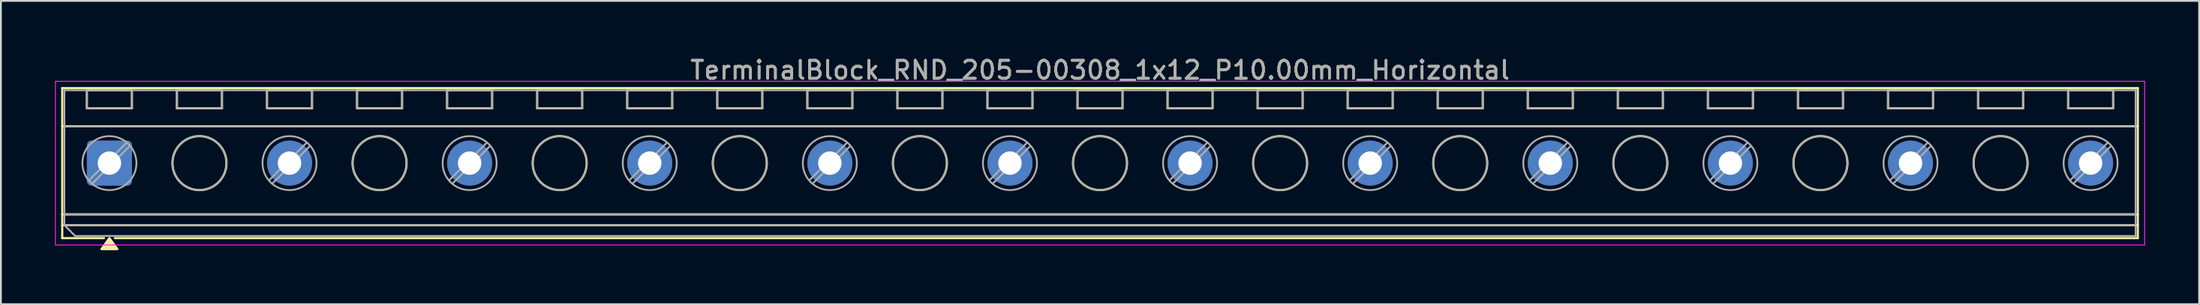
<source format=kicad_pcb>
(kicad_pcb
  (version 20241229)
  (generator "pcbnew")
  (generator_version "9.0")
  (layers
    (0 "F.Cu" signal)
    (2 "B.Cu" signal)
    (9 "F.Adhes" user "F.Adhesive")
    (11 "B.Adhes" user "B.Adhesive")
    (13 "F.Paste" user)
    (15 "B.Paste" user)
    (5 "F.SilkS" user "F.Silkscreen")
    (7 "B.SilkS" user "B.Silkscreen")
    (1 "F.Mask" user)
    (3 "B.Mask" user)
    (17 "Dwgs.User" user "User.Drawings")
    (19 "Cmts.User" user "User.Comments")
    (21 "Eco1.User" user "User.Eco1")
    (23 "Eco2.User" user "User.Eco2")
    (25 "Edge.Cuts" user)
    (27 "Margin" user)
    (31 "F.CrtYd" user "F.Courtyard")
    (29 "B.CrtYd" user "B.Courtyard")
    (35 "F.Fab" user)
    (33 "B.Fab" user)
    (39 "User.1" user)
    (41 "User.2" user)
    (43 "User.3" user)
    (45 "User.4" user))
  (footprint "TerminalBlock_RND_205-00308_1x12_P10.00mm_Horizontal"
    (layer "F.Cu")
    (at 3.025 6.018)
    (property "Reference" "TerminalBlock_RND_205-00308_1x12_P10.00mm_Horizontal" (at 55 -5.17 0) (layer "F.SilkS") (effects (font (size 1 1) (thickness 0.15))))
    (attr through_hole)
    (fp_line (start -2.62 -4.17) (end -2.62 4.17) (stroke (width 0.12) (type solid)) (layer "F.SilkS"))
    (fp_line (start -2.62 -4.17) (end 112.62 -4.17) (stroke (width 0.12) (type solid)) (layer "F.SilkS"))
    (fp_line (start -2.62 -2.05) (end 112.62 -2.05) (stroke (width 0.12) (type solid)) (layer "F.SilkS"))
    (fp_line (start -2.62 2.85) (end 112.62 2.85) (stroke (width 0.12) (type solid)) (layer "F.SilkS"))
    (fp_line (start -2.62 3.45) (end 112.62 3.45) (stroke (width 0.12) (type solid)) (layer "F.SilkS"))
    (fp_line (start -2.62 4.17) (end -0.3 4.17) (stroke (width 0.12) (type solid)) (layer "F.SilkS"))
    (fp_line (start -1.25 -4.05) (end -1.25 -3.05) (stroke (width 0.12) (type solid)) (layer "F.SilkS"))
    (fp_line (start -1.25 -4.05) (end 1.25 -4.05) (stroke (width 0.12) (type solid)) (layer "F.SilkS"))
    (fp_line (start -1.25 -3.05) (end 1.25 -3.05) (stroke (width 0.12) (type solid)) (layer "F.SilkS"))
    (fp_line (start 0.3 4.17) (end 112.62 4.17) (stroke (width 0.12) (type solid)) (layer "F.SilkS"))
    (fp_line (start 1.25 -4.05) (end 1.25 -3.05) (stroke (width 0.12) (type solid)) (layer "F.SilkS"))
    (fp_line (start 3.75 -4.05) (end 3.75 -3.05) (stroke (width 0.12) (type solid)) (layer "F.SilkS"))
    (fp_line (start 3.75 -4.05) (end 6.25 -4.05) (stroke (width 0.12) (type solid)) (layer "F.SilkS"))
    (fp_line (start 3.75 -3.05) (end 6.25 -3.05) (stroke (width 0.12) (type solid)) (layer "F.SilkS"))
    (fp_line (start 6.25 -4.05) (end 6.25 -3.05) (stroke (width 0.12) (type solid)) (layer "F.SilkS"))
    (fp_line (start 8.75 -4.05) (end 8.75 -3.05) (stroke (width 0.12) (type solid)) (layer "F.SilkS"))
    (fp_line (start 8.75 -4.05) (end 11.25 -4.05) (stroke (width 0.12) (type solid)) (layer "F.SilkS"))
    (fp_line (start 8.75 -3.05) (end 11.25 -3.05) (stroke (width 0.12) (type solid)) (layer "F.SilkS"))
    (fp_line (start 11.25 -4.05) (end 11.25 -3.05) (stroke (width 0.12) (type solid)) (layer "F.SilkS"))
    (fp_line (start 13.75 -4.05) (end 13.75 -3.05) (stroke (width 0.12) (type solid)) (layer "F.SilkS"))
    (fp_line (start 13.75 -4.05) (end 16.25 -4.05) (stroke (width 0.12) (type solid)) (layer "F.SilkS"))
    (fp_line (start 13.75 -3.05) (end 16.25 -3.05) (stroke (width 0.12) (type solid)) (layer "F.SilkS"))
    (fp_line (start 16.25 -4.05) (end 16.25 -3.05) (stroke (width 0.12) (type solid)) (layer "F.SilkS"))
    (fp_line (start 18.75 -4.05) (end 18.75 -3.05) (stroke (width 0.12) (type solid)) (layer "F.SilkS"))
    (fp_line (start 18.75 -4.05) (end 21.25 -4.05) (stroke (width 0.12) (type solid)) (layer "F.SilkS"))
    (fp_line (start 18.75 -3.05) (end 21.25 -3.05) (stroke (width 0.12) (type solid)) (layer "F.SilkS"))
    (fp_line (start 21.25 -4.05) (end 21.25 -3.05) (stroke (width 0.12) (type solid)) (layer "F.SilkS"))
    (fp_line (start 23.75 -4.05) (end 23.75 -3.05) (stroke (width 0.12) (type solid)) (layer "F.SilkS"))
    (fp_line (start 23.75 -4.05) (end 26.25 -4.05) (stroke (width 0.12) (type solid)) (layer "F.SilkS"))
    (fp_line (start 23.75 -3.05) (end 26.25 -3.05) (stroke (width 0.12) (type solid)) (layer "F.SilkS"))
    (fp_line (start 26.25 -4.05) (end 26.25 -3.05) (stroke (width 0.12) (type solid)) (layer "F.SilkS"))
    (fp_line (start 28.75 -4.05) (end 28.75 -3.05) (stroke (width 0.12) (type solid)) (layer "F.SilkS"))
    (fp_line (start 28.75 -4.05) (end 31.25 -4.05) (stroke (width 0.12) (type solid)) (layer "F.SilkS"))
    (fp_line (start 28.75 -3.05) (end 31.25 -3.05) (stroke (width 0.12) (type solid)) (layer "F.SilkS"))
    (fp_line (start 31.25 -4.05) (end 31.25 -3.05) (stroke (width 0.12) (type solid)) (layer "F.SilkS"))
    (fp_line (start 33.75 -4.05) (end 33.75 -3.05) (stroke (width 0.12) (type solid)) (layer "F.SilkS"))
    (fp_line (start 33.75 -4.05) (end 36.25 -4.05) (stroke (width 0.12) (type solid)) (layer "F.SilkS"))
    (fp_line (start 33.75 -3.05) (end 36.25 -3.05) (stroke (width 0.12) (type solid)) (layer "F.SilkS"))
    (fp_line (start 36.25 -4.05) (end 36.25 -3.05) (stroke (width 0.12) (type solid)) (layer "F.SilkS"))
    (fp_line (start 38.75 -4.05) (end 38.75 -3.05) (stroke (width 0.12) (type solid)) (layer "F.SilkS"))
    (fp_line (start 38.75 -4.05) (end 41.25 -4.05) (stroke (width 0.12) (type solid)) (layer "F.SilkS"))
    (fp_line (start 38.75 -3.05) (end 41.25 -3.05) (stroke (width 0.12) (type solid)) (layer "F.SilkS"))
    (fp_line (start 41.25 -4.05) (end 41.25 -3.05) (stroke (width 0.12) (type solid)) (layer "F.SilkS"))
    (fp_line (start 43.75 -4.05) (end 43.75 -3.05) (stroke (width 0.12) (type solid)) (layer "F.SilkS"))
    (fp_line (start 43.75 -4.05) (end 46.25 -4.05) (stroke (width 0.12) (type solid)) (layer "F.SilkS"))
    (fp_line (start 43.75 -3.05) (end 46.25 -3.05) (stroke (width 0.12) (type solid)) (layer "F.SilkS"))
    (fp_line (start 46.25 -4.05) (end 46.25 -3.05) (stroke (width 0.12) (type solid)) (layer "F.SilkS"))
    (fp_line (start 48.75 -4.05) (end 48.75 -3.05) (stroke (width 0.12) (type solid)) (layer "F.SilkS"))
    (fp_line (start 48.75 -4.05) (end 51.25 -4.05) (stroke (width 0.12) (type solid)) (layer "F.SilkS"))
    (fp_line (start 48.75 -3.05) (end 51.25 -3.05) (stroke (width 0.12) (type solid)) (layer "F.SilkS"))
    (fp_line (start 51.25 -4.05) (end 51.25 -3.05) (stroke (width 0.12) (type solid)) (layer "F.SilkS"))
    (fp_line (start 53.75 -4.05) (end 53.75 -3.05) (stroke (width 0.12) (type solid)) (layer "F.SilkS"))
    (fp_line (start 53.75 -4.05) (end 56.25 -4.05) (stroke (width 0.12) (type solid)) (layer "F.SilkS"))
    (fp_line (start 53.75 -3.05) (end 56.25 -3.05) (stroke (width 0.12) (type solid)) (layer "F.SilkS"))
    (fp_line (start 56.25 -4.05) (end 56.25 -3.05) (stroke (width 0.12) (type solid)) (layer "F.SilkS"))
    (fp_line (start 58.75 -4.05) (end 58.75 -3.05) (stroke (width 0.12) (type solid)) (layer "F.SilkS"))
    (fp_line (start 58.75 -4.05) (end 61.25 -4.05) (stroke (width 0.12) (type solid)) (layer "F.SilkS"))
    (fp_line (start 58.75 -3.05) (end 61.25 -3.05) (stroke (width 0.12) (type solid)) (layer "F.SilkS"))
    (fp_line (start 61.25 -4.05) (end 61.25 -3.05) (stroke (width 0.12) (type solid)) (layer "F.SilkS"))
    (fp_line (start 63.75 -4.05) (end 63.75 -3.05) (stroke (width 0.12) (type solid)) (layer "F.SilkS"))
    (fp_line (start 63.75 -4.05) (end 66.25 -4.05) (stroke (width 0.12) (type solid)) (layer "F.SilkS"))
    (fp_line (start 63.75 -3.05) (end 66.25 -3.05) (stroke (width 0.12) (type solid)) (layer "F.SilkS"))
    (fp_line (start 66.25 -4.05) (end 66.25 -3.05) (stroke (width 0.12) (type solid)) (layer "F.SilkS"))
    (fp_line (start 68.75 -4.05) (end 68.75 -3.05) (stroke (width 0.12) (type solid)) (layer "F.SilkS"))
    (fp_line (start 68.75 -4.05) (end 71.25 -4.05) (stroke (width 0.12) (type solid)) (layer "F.SilkS"))
    (fp_line (start 68.75 -3.05) (end 71.25 -3.05) (stroke (width 0.12) (type solid)) (layer "F.SilkS"))
    (fp_line (start 71.25 -4.05) (end 71.25 -3.05) (stroke (width 0.12) (type solid)) (layer "F.SilkS"))
    (fp_line (start 73.75 -4.05) (end 73.75 -3.05) (stroke (width 0.12) (type solid)) (layer "F.SilkS"))
    (fp_line (start 73.75 -4.05) (end 76.25 -4.05) (stroke (width 0.12) (type solid)) (layer "F.SilkS"))
    (fp_line (start 73.75 -3.05) (end 76.25 -3.05) (stroke (width 0.12) (type solid)) (layer "F.SilkS"))
    (fp_line (start 76.25 -4.05) (end 76.25 -3.05) (stroke (width 0.12) (type solid)) (layer "F.SilkS"))
    (fp_line (start 78.75 -4.05) (end 78.75 -3.05) (stroke (width 0.12) (type solid)) (layer "F.SilkS"))
    (fp_line (start 78.75 -4.05) (end 81.25 -4.05) (stroke (width 0.12) (type solid)) (layer "F.SilkS"))
    (fp_line (start 78.75 -3.05) (end 81.25 -3.05) (stroke (width 0.12) (type solid)) (layer "F.SilkS"))
    (fp_line (start 81.25 -4.05) (end 81.25 -3.05) (stroke (width 0.12) (type solid)) (layer "F.SilkS"))
    (fp_line (start 83.75 -4.05) (end 83.75 -3.05) (stroke (width 0.12) (type solid)) (layer "F.SilkS"))
    (fp_line (start 83.75 -4.05) (end 86.25 -4.05) (stroke (width 0.12) (type solid)) (layer "F.SilkS"))
    (fp_line (start 83.75 -3.05) (end 86.25 -3.05) (stroke (width 0.12) (type solid)) (layer "F.SilkS"))
    (fp_line (start 86.25 -4.05) (end 86.25 -3.05) (stroke (width 0.12) (type solid)) (layer "F.SilkS"))
    (fp_line (start 88.75 -4.05) (end 88.75 -3.05) (stroke (width 0.12) (type solid)) (layer "F.SilkS"))
    (fp_line (start 88.75 -4.05) (end 91.25 -4.05) (stroke (width 0.12) (type solid)) (layer "F.SilkS"))
    (fp_line (start 88.75 -3.05) (end 91.25 -3.05) (stroke (width 0.12) (type solid)) (layer "F.SilkS"))
    (fp_line (start 91.25 -4.05) (end 91.25 -3.05) (stroke (width 0.12) (type solid)) (layer "F.SilkS"))
    (fp_line (start 93.75 -4.05) (end 93.75 -3.05) (stroke (width 0.12) (type solid)) (layer "F.SilkS"))
    (fp_line (start 93.75 -4.05) (end 96.25 -4.05) (stroke (width 0.12) (type solid)) (layer "F.SilkS"))
    (fp_line (start 93.75 -3.05) (end 96.25 -3.05) (stroke (width 0.12) (type solid)) (layer "F.SilkS"))
    (fp_line (start 96.25 -4.05) (end 96.25 -3.05) (stroke (width 0.12) (type solid)) (layer "F.SilkS"))
    (fp_line (start 98.75 -4.05) (end 98.75 -3.05) (stroke (width 0.12) (type solid)) (layer "F.SilkS"))
    (fp_line (start 98.75 -4.05) (end 101.25 -4.05) (stroke (width 0.12) (type solid)) (layer "F.SilkS"))
    (fp_line (start 98.75 -3.05) (end 101.25 -3.05) (stroke (width 0.12) (type solid)) (layer "F.SilkS"))
    (fp_line (start 101.25 -4.05) (end 101.25 -3.05) (stroke (width 0.12) (type solid)) (layer "F.SilkS"))
    (fp_line (start 103.75 -4.05) (end 103.75 -3.05) (stroke (width 0.12) (type solid)) (layer "F.SilkS"))
    (fp_line (start 103.75 -4.05) (end 106.25 -4.05) (stroke (width 0.12) (type solid)) (layer "F.SilkS"))
    (fp_line (start 103.75 -3.05) (end 106.25 -3.05) (stroke (width 0.12) (type solid)) (layer "F.SilkS"))
    (fp_line (start 106.25 -4.05) (end 106.25 -3.05) (stroke (width 0.12) (type solid)) (layer "F.SilkS"))
    (fp_line (start 108.75 -4.05) (end 108.75 -3.05) (stroke (width 0.12) (type solid)) (layer "F.SilkS"))
    (fp_line (start 108.75 -4.05) (end 111.25 -4.05) (stroke (width 0.12) (type solid)) (layer "F.SilkS"))
    (fp_line (start 108.75 -3.05) (end 111.25 -3.05) (stroke (width 0.12) (type solid)) (layer "F.SilkS"))
    (fp_line (start 111.25 -4.05) (end 111.25 -3.05) (stroke (width 0.12) (type solid)) (layer "F.SilkS"))
    (fp_line (start 112.62 -4.17) (end 112.62 4.17) (stroke (width 0.12) (type solid)) (layer "F.SilkS"))
    (fp_circle (center 5 0) (end 6.5 0) (stroke (width 0.12) (type solid)) (fill no) (layer "F.SilkS"))
    (fp_circle (center 15 0) (end 16.5 0) (stroke (width 0.12) (type solid)) (fill no) (layer "F.SilkS"))
    (fp_circle (center 25 0) (end 26.5 0) (stroke (width 0.12) (type solid)) (fill no) (layer "F.SilkS"))
    (fp_circle (center 35 0) (end 36.5 0) (stroke (width 0.12) (type solid)) (fill no) (layer "F.SilkS"))
    (fp_circle (center 45 0) (end 46.5 0) (stroke (width 0.12) (type solid)) (fill no) (layer "F.SilkS"))
    (fp_circle (center 55 0) (end 56.5 0) (stroke (width 0.12) (type solid)) (fill no) (layer "F.SilkS"))
    (fp_circle (center 65 0) (end 66.5 0) (stroke (width 0.12) (type solid)) (fill no) (layer "F.SilkS"))
    (fp_circle (center 75 0) (end 76.5 0) (stroke (width 0.12) (type solid)) (fill no) (layer "F.SilkS"))
    (fp_circle (center 85 0) (end 86.5 0) (stroke (width 0.12) (type solid)) (fill no) (layer "F.SilkS"))
    (fp_circle (center 95 0) (end 96.5 0) (stroke (width 0.12) (type solid)) (fill no) (layer "F.SilkS"))
    (fp_circle (center 105 0) (end 106.5 0) (stroke (width 0.12) (type solid)) (fill no) (layer "F.SilkS"))
    (fp_poly (pts (xy 0 4.17) (xy 0.44 4.78) (xy -0.44 4.78)) (stroke (width 0.12) (type solid)) (fill yes) (layer "F.SilkS"))
    (fp_line (start -3 -4.55) (end -3 4.55) (stroke (width 0.05) (type solid)) (layer "F.CrtYd"))
    (fp_line (start -3 4.55) (end 113 4.55) (stroke (width 0.05) (type solid)) (layer "F.CrtYd"))
    (fp_line (start 113 -4.55) (end -3 -4.55) (stroke (width 0.05) (type solid)) (layer "F.CrtYd"))
    (fp_line (start 113 4.55) (end 113 -4.55) (stroke (width 0.05) (type solid)) (layer "F.CrtYd"))
    (fp_line (start -2.5 -4.05) (end 112.5 -4.05) (stroke (width 0.1) (type solid)) (layer "F.Fab"))
    (fp_line (start -2.5 -2.05) (end 112.5 -2.05) (stroke (width 0.1) (type solid)) (layer "F.Fab"))
    (fp_line (start -2.5 2.85) (end 112.5 2.85) (stroke (width 0.1) (type solid)) (layer "F.Fab"))
    (fp_line (start -2.5 3.45) (end -2.5 -4.05) (stroke (width 0.1) (type solid)) (layer "F.Fab"))
    (fp_line (start -2.5 3.45) (end 112.5 3.45) (stroke (width 0.1) (type solid)) (layer "F.Fab"))
    (fp_line (start -1.9 4.05) (end -2.5 3.45) (stroke (width 0.1) (type solid)) (layer "F.Fab"))
    (fp_line (start -1.25 -4.05) (end -1.25 -3.05) (stroke (width 0.1) (type solid)) (layer "F.Fab"))
    (fp_line (start -1.25 -3.05) (end 1.25 -3.05) (stroke (width 0.1) (type solid)) (layer "F.Fab"))
    (fp_line (start 0.955 -1.138) (end -1.138 0.955) (stroke (width 0.1) (type solid)) (layer "F.Fab"))
    (fp_line (start 1.138 -0.955) (end -0.955 1.138) (stroke (width 0.1) (type solid)) (layer "F.Fab"))
    (fp_line (start 1.25 -4.05) (end -1.25 -4.05) (stroke (width 0.1) (type solid)) (layer "F.Fab"))
    (fp_line (start 1.25 -3.05) (end 1.25 -4.05) (stroke (width 0.1) (type solid)) (layer "F.Fab"))
    (fp_line (start 3.75 -4.05) (end 3.75 -3.05) (stroke (width 0.1) (type solid)) (layer "F.Fab"))
    (fp_line (start 3.75 -3.05) (end 6.25 -3.05) (stroke (width 0.1) (type solid)) (layer "F.Fab"))
    (fp_line (start 6.25 -4.05) (end 3.75 -4.05) (stroke (width 0.1) (type solid)) (layer "F.Fab"))
    (fp_line (start 6.25 -3.05) (end 6.25 -4.05) (stroke (width 0.1) (type solid)) (layer "F.Fab"))
    (fp_line (start 8.75 -4.05) (end 8.75 -3.05) (stroke (width 0.1) (type solid)) (layer "F.Fab"))
    (fp_line (start 8.75 -3.05) (end 11.25 -3.05) (stroke (width 0.1) (type solid)) (layer "F.Fab"))
    (fp_line (start 10.955 -1.138) (end 8.862 0.955) (stroke (width 0.1) (type solid)) (layer "F.Fab"))
    (fp_line (start 11.138 -0.955) (end 9.045 1.138) (stroke (width 0.1) (type solid)) (layer "F.Fab"))
    (fp_line (start 11.25 -4.05) (end 8.75 -4.05) (stroke (width 0.1) (type solid)) (layer "F.Fab"))
    (fp_line (start 11.25 -3.05) (end 11.25 -4.05) (stroke (width 0.1) (type solid)) (layer "F.Fab"))
    (fp_line (start 13.75 -4.05) (end 13.75 -3.05) (stroke (width 0.1) (type solid)) (layer "F.Fab"))
    (fp_line (start 13.75 -3.05) (end 16.25 -3.05) (stroke (width 0.1) (type solid)) (layer "F.Fab"))
    (fp_line (start 16.25 -4.05) (end 13.75 -4.05) (stroke (width 0.1) (type solid)) (layer "F.Fab"))
    (fp_line (start 16.25 -3.05) (end 16.25 -4.05) (stroke (width 0.1) (type solid)) (layer "F.Fab"))
    (fp_line (start 18.75 -4.05) (end 18.75 -3.05) (stroke (width 0.1) (type solid)) (layer "F.Fab"))
    (fp_line (start 18.75 -3.05) (end 21.25 -3.05) (stroke (width 0.1) (type solid)) (layer "F.Fab"))
    (fp_line (start 20.955 -1.138) (end 18.862 0.955) (stroke (width 0.1) (type solid)) (layer "F.Fab"))
    (fp_line (start 21.138 -0.955) (end 19.045 1.138) (stroke (width 0.1) (type solid)) (layer "F.Fab"))
    (fp_line (start 21.25 -4.05) (end 18.75 -4.05) (stroke (width 0.1) (type solid)) (layer "F.Fab"))
    (fp_line (start 21.25 -3.05) (end 21.25 -4.05) (stroke (width 0.1) (type solid)) (layer "F.Fab"))
    (fp_line (start 23.75 -4.05) (end 23.75 -3.05) (stroke (width 0.1) (type solid)) (layer "F.Fab"))
    (fp_line (start 23.75 -3.05) (end 26.25 -3.05) (stroke (width 0.1) (type solid)) (layer "F.Fab"))
    (fp_line (start 26.25 -4.05) (end 23.75 -4.05) (stroke (width 0.1) (type solid)) (layer "F.Fab"))
    (fp_line (start 26.25 -3.05) (end 26.25 -4.05) (stroke (width 0.1) (type solid)) (layer "F.Fab"))
    (fp_line (start 28.75 -4.05) (end 28.75 -3.05) (stroke (width 0.1) (type solid)) (layer "F.Fab"))
    (fp_line (start 28.75 -3.05) (end 31.25 -3.05) (stroke (width 0.1) (type solid)) (layer "F.Fab"))
    (fp_line (start 30.955 -1.138) (end 28.862 0.955) (stroke (width 0.1) (type solid)) (layer "F.Fab"))
    (fp_line (start 31.138 -0.955) (end 29.045 1.138) (stroke (width 0.1) (type solid)) (layer "F.Fab"))
    (fp_line (start 31.25 -4.05) (end 28.75 -4.05) (stroke (width 0.1) (type solid)) (layer "F.Fab"))
    (fp_line (start 31.25 -3.05) (end 31.25 -4.05) (stroke (width 0.1) (type solid)) (layer "F.Fab"))
    (fp_line (start 33.75 -4.05) (end 33.75 -3.05) (stroke (width 0.1) (type solid)) (layer "F.Fab"))
    (fp_line (start 33.75 -3.05) (end 36.25 -3.05) (stroke (width 0.1) (type solid)) (layer "F.Fab"))
    (fp_line (start 36.25 -4.05) (end 33.75 -4.05) (stroke (width 0.1) (type solid)) (layer "F.Fab"))
    (fp_line (start 36.25 -3.05) (end 36.25 -4.05) (stroke (width 0.1) (type solid)) (layer "F.Fab"))
    (fp_line (start 38.75 -4.05) (end 38.75 -3.05) (stroke (width 0.1) (type solid)) (layer "F.Fab"))
    (fp_line (start 38.75 -3.05) (end 41.25 -3.05) (stroke (width 0.1) (type solid)) (layer "F.Fab"))
    (fp_line (start 40.955 -1.138) (end 38.862 0.955) (stroke (width 0.1) (type solid)) (layer "F.Fab"))
    (fp_line (start 41.138 -0.955) (end 39.045 1.138) (stroke (width 0.1) (type solid)) (layer "F.Fab"))
    (fp_line (start 41.25 -4.05) (end 38.75 -4.05) (stroke (width 0.1) (type solid)) (layer "F.Fab"))
    (fp_line (start 41.25 -3.05) (end 41.25 -4.05) (stroke (width 0.1) (type solid)) (layer "F.Fab"))
    (fp_line (start 43.75 -4.05) (end 43.75 -3.05) (stroke (width 0.1) (type solid)) (layer "F.Fab"))
    (fp_line (start 43.75 -3.05) (end 46.25 -3.05) (stroke (width 0.1) (type solid)) (layer "F.Fab"))
    (fp_line (start 46.25 -4.05) (end 43.75 -4.05) (stroke (width 0.1) (type solid)) (layer "F.Fab"))
    (fp_line (start 46.25 -3.05) (end 46.25 -4.05) (stroke (width 0.1) (type solid)) (layer "F.Fab"))
    (fp_line (start 48.75 -4.05) (end 48.75 -3.05) (stroke (width 0.1) (type solid)) (layer "F.Fab"))
    (fp_line (start 48.75 -3.05) (end 51.25 -3.05) (stroke (width 0.1) (type solid)) (layer "F.Fab"))
    (fp_line (start 50.955 -1.138) (end 48.862 0.955) (stroke (width 0.1) (type solid)) (layer "F.Fab"))
    (fp_line (start 51.138 -0.955) (end 49.045 1.138) (stroke (width 0.1) (type solid)) (layer "F.Fab"))
    (fp_line (start 51.25 -4.05) (end 48.75 -4.05) (stroke (width 0.1) (type solid)) (layer "F.Fab"))
    (fp_line (start 51.25 -3.05) (end 51.25 -4.05) (stroke (width 0.1) (type solid)) (layer "F.Fab"))
    (fp_line (start 53.75 -4.05) (end 53.75 -3.05) (stroke (width 0.1) (type solid)) (layer "F.Fab"))
    (fp_line (start 53.75 -3.05) (end 56.25 -3.05) (stroke (width 0.1) (type solid)) (layer "F.Fab"))
    (fp_line (start 56.25 -4.05) (end 53.75 -4.05) (stroke (width 0.1) (type solid)) (layer "F.Fab"))
    (fp_line (start 56.25 -3.05) (end 56.25 -4.05) (stroke (width 0.1) (type solid)) (layer "F.Fab"))
    (fp_line (start 58.75 -4.05) (end 58.75 -3.05) (stroke (width 0.1) (type solid)) (layer "F.Fab"))
    (fp_line (start 58.75 -3.05) (end 61.25 -3.05) (stroke (width 0.1) (type solid)) (layer "F.Fab"))
    (fp_line (start 60.955 -1.138) (end 58.862 0.955) (stroke (width 0.1) (type solid)) (layer "F.Fab"))
    (fp_line (start 61.138 -0.955) (end 59.045 1.138) (stroke (width 0.1) (type solid)) (layer "F.Fab"))
    (fp_line (start 61.25 -4.05) (end 58.75 -4.05) (stroke (width 0.1) (type solid)) (layer "F.Fab"))
    (fp_line (start 61.25 -3.05) (end 61.25 -4.05) (stroke (width 0.1) (type solid)) (layer "F.Fab"))
    (fp_line (start 63.75 -4.05) (end 63.75 -3.05) (stroke (width 0.1) (type solid)) (layer "F.Fab"))
    (fp_line (start 63.75 -3.05) (end 66.25 -3.05) (stroke (width 0.1) (type solid)) (layer "F.Fab"))
    (fp_line (start 66.25 -4.05) (end 63.75 -4.05) (stroke (width 0.1) (type solid)) (layer "F.Fab"))
    (fp_line (start 66.25 -3.05) (end 66.25 -4.05) (stroke (width 0.1) (type solid)) (layer "F.Fab"))
    (fp_line (start 68.75 -4.05) (end 68.75 -3.05) (stroke (width 0.1) (type solid)) (layer "F.Fab"))
    (fp_line (start 68.75 -3.05) (end 71.25 -3.05) (stroke (width 0.1) (type solid)) (layer "F.Fab"))
    (fp_line (start 70.955 -1.138) (end 68.862 0.955) (stroke (width 0.1) (type solid)) (layer "F.Fab"))
    (fp_line (start 71.138 -0.955) (end 69.045 1.138) (stroke (width 0.1) (type solid)) (layer "F.Fab"))
    (fp_line (start 71.25 -4.05) (end 68.75 -4.05) (stroke (width 0.1) (type solid)) (layer "F.Fab"))
    (fp_line (start 71.25 -3.05) (end 71.25 -4.05) (stroke (width 0.1) (type solid)) (layer "F.Fab"))
    (fp_line (start 73.75 -4.05) (end 73.75 -3.05) (stroke (width 0.1) (type solid)) (layer "F.Fab"))
    (fp_line (start 73.75 -3.05) (end 76.25 -3.05) (stroke (width 0.1) (type solid)) (layer "F.Fab"))
    (fp_line (start 76.25 -4.05) (end 73.75 -4.05) (stroke (width 0.1) (type solid)) (layer "F.Fab"))
    (fp_line (start 76.25 -3.05) (end 76.25 -4.05) (stroke (width 0.1) (type solid)) (layer "F.Fab"))
    (fp_line (start 78.75 -4.05) (end 78.75 -3.05) (stroke (width 0.1) (type solid)) (layer "F.Fab"))
    (fp_line (start 78.75 -3.05) (end 81.25 -3.05) (stroke (width 0.1) (type solid)) (layer "F.Fab"))
    (fp_line (start 80.955 -1.138) (end 78.862 0.955) (stroke (width 0.1) (type solid)) (layer "F.Fab"))
    (fp_line (start 81.138 -0.955) (end 79.045 1.138) (stroke (width 0.1) (type solid)) (layer "F.Fab"))
    (fp_line (start 81.25 -4.05) (end 78.75 -4.05) (stroke (width 0.1) (type solid)) (layer "F.Fab"))
    (fp_line (start 81.25 -3.05) (end 81.25 -4.05) (stroke (width 0.1) (type solid)) (layer "F.Fab"))
    (fp_line (start 83.75 -4.05) (end 83.75 -3.05) (stroke (width 0.1) (type solid)) (layer "F.Fab"))
    (fp_line (start 83.75 -3.05) (end 86.25 -3.05) (stroke (width 0.1) (type solid)) (layer "F.Fab"))
    (fp_line (start 86.25 -4.05) (end 83.75 -4.05) (stroke (width 0.1) (type solid)) (layer "F.Fab"))
    (fp_line (start 86.25 -3.05) (end 86.25 -4.05) (stroke (width 0.1) (type solid)) (layer "F.Fab"))
    (fp_line (start 88.75 -4.05) (end 88.75 -3.05) (stroke (width 0.1) (type solid)) (layer "F.Fab"))
    (fp_line (start 88.75 -3.05) (end 91.25 -3.05) (stroke (width 0.1) (type solid)) (layer "F.Fab"))
    (fp_line (start 90.955 -1.138) (end 88.862 0.955) (stroke (width 0.1) (type solid)) (layer "F.Fab"))
    (fp_line (start 91.138 -0.955) (end 89.045 1.138) (stroke (width 0.1) (type solid)) (layer "F.Fab"))
    (fp_line (start 91.25 -4.05) (end 88.75 -4.05) (stroke (width 0.1) (type solid)) (layer "F.Fab"))
    (fp_line (start 91.25 -3.05) (end 91.25 -4.05) (stroke (width 0.1) (type solid)) (layer "F.Fab"))
    (fp_line (start 93.75 -4.05) (end 93.75 -3.05) (stroke (width 0.1) (type solid)) (layer "F.Fab"))
    (fp_line (start 93.75 -3.05) (end 96.25 -3.05) (stroke (width 0.1) (type solid)) (layer "F.Fab"))
    (fp_line (start 96.25 -4.05) (end 93.75 -4.05) (stroke (width 0.1) (type solid)) (layer "F.Fab"))
    (fp_line (start 96.25 -3.05) (end 96.25 -4.05) (stroke (width 0.1) (type solid)) (layer "F.Fab"))
    (fp_line (start 98.75 -4.05) (end 98.75 -3.05) (stroke (width 0.1) (type solid)) (layer "F.Fab"))
    (fp_line (start 98.75 -3.05) (end 101.25 -3.05) (stroke (width 0.1) (type solid)) (layer "F.Fab"))
    (fp_line (start 100.955 -1.138) (end 98.862 0.955) (stroke (width 0.1) (type solid)) (layer "F.Fab"))
    (fp_line (start 101.138 -0.955) (end 99.045 1.138) (stroke (width 0.1) (type solid)) (layer "F.Fab"))
    (fp_line (start 101.25 -4.05) (end 98.75 -4.05) (stroke (width 0.1) (type solid)) (layer "F.Fab"))
    (fp_line (start 101.25 -3.05) (end 101.25 -4.05) (stroke (width 0.1) (type solid)) (layer "F.Fab"))
    (fp_line (start 103.75 -4.05) (end 103.75 -3.05) (stroke (width 0.1) (type solid)) (layer "F.Fab"))
    (fp_line (start 103.75 -3.05) (end 106.25 -3.05) (stroke (width 0.1) (type solid)) (layer "F.Fab"))
    (fp_line (start 106.25 -4.05) (end 103.75 -4.05) (stroke (width 0.1) (type solid)) (layer "F.Fab"))
    (fp_line (start 106.25 -3.05) (end 106.25 -4.05) (stroke (width 0.1) (type solid)) (layer "F.Fab"))
    (fp_line (start 108.75 -4.05) (end 108.75 -3.05) (stroke (width 0.1) (type solid)) (layer "F.Fab"))
    (fp_line (start 108.75 -3.05) (end 111.25 -3.05) (stroke (width 0.1) (type solid)) (layer "F.Fab"))
    (fp_line (start 110.955 -1.138) (end 108.862 0.955) (stroke (width 0.1) (type solid)) (layer "F.Fab"))
    (fp_line (start 111.138 -0.955) (end 109.045 1.138) (stroke (width 0.1) (type solid)) (layer "F.Fab"))
    (fp_line (start 111.25 -4.05) (end 108.75 -4.05) (stroke (width 0.1) (type solid)) (layer "F.Fab"))
    (fp_line (start 111.25 -3.05) (end 111.25 -4.05) (stroke (width 0.1) (type solid)) (layer "F.Fab"))
    (fp_line (start 112.5 -4.05) (end 112.5 4.05) (stroke (width 0.1) (type solid)) (layer "F.Fab"))
    (fp_line (start 112.5 4.05) (end -1.9 4.05) (stroke (width 0.1) (type solid)) (layer "F.Fab"))
    (fp_circle (center 0 0) (end 1.5 0) (stroke (width 0.1) (type solid)) (fill no) (layer "F.Fab"))
    (fp_circle (center 5 0) (end 6.5 0) (stroke (width 0.1) (type solid)) (fill no) (layer "F.Fab"))
    (fp_circle (center 10 0) (end 11.5 0) (stroke (width 0.1) (type solid)) (fill no) (layer "F.Fab"))
    (fp_circle (center 15 0) (end 16.5 0) (stroke (width 0.1) (type solid)) (fill no) (layer "F.Fab"))
    (fp_circle (center 20 0) (end 21.5 0) (stroke (width 0.1) (type solid)) (fill no) (layer "F.Fab"))
    (fp_circle (center 25 0) (end 26.5 0) (stroke (width 0.1) (type solid)) (fill no) (layer "F.Fab"))
    (fp_circle (center 30 0) (end 31.5 0) (stroke (width 0.1) (type solid)) (fill no) (layer "F.Fab"))
    (fp_circle (center 35 0) (end 36.5 0) (stroke (width 0.1) (type solid)) (fill no) (layer "F.Fab"))
    (fp_circle (center 40 0) (end 41.5 0) (stroke (width 0.1) (type solid)) (fill no) (layer "F.Fab"))
    (fp_circle (center 45 0) (end 46.5 0) (stroke (width 0.1) (type solid)) (fill no) (layer "F.Fab"))
    (fp_circle (center 50 0) (end 51.5 0) (stroke (width 0.1) (type solid)) (fill no) (layer "F.Fab"))
    (fp_circle (center 55 0) (end 56.5 0) (stroke (width 0.1) (type solid)) (fill no) (layer "F.Fab"))
    (fp_circle (center 60 0) (end 61.5 0) (stroke (width 0.1) (type solid)) (fill no) (layer "F.Fab"))
    (fp_circle (center 65 0) (end 66.5 0) (stroke (width 0.1) (type solid)) (fill no) (layer "F.Fab"))
    (fp_circle (center 70 0) (end 71.5 0) (stroke (width 0.1) (type solid)) (fill no) (layer "F.Fab"))
    (fp_circle (center 75 0) (end 76.5 0) (stroke (width 0.1) (type solid)) (fill no) (layer "F.Fab"))
    (fp_circle (center 80 0) (end 81.5 0) (stroke (width 0.1) (type solid)) (fill no) (layer "F.Fab"))
    (fp_circle (center 85 0) (end 86.5 0) (stroke (width 0.1) (type solid)) (fill no) (layer "F.Fab"))
    (fp_circle (center 90 0) (end 91.5 0) (stroke (width 0.1) (type solid)) (fill no) (layer "F.Fab"))
    (fp_circle (center 95 0) (end 96.5 0) (stroke (width 0.1) (type solid)) (fill no) (layer "F.Fab"))
    (fp_circle (center 100 0) (end 101.5 0) (stroke (width 0.1) (type solid)) (fill no) (layer "F.Fab"))
    (fp_circle (center 105 0) (end 106.5 0) (stroke (width 0.1) (type solid)) (fill no) (layer "F.Fab"))
    (fp_circle (center 110 0) (end 111.5 0) (stroke (width 0.1) (type solid)) (fill no) (layer "F.Fab"))
    (fp_text user "${REFERENCE}" (at 55 -5.17 0) (layer "F.Fab") (effects (font (size 1 1) (thickness 0.15))))
    (pad "1" thru_hole roundrect (at 0 0) (size 2.5 2.5) (drill 1.3) (layers "*.Cu" "*.Mask") (roundrect_rratio 0.1))
    (pad "2" thru_hole circle (at 10 0) (size 2.5 2.5) (drill 1.3) (layers "*.Cu" "*.Mask"))
    (pad "3" thru_hole circle (at 20 0) (size 2.5 2.5) (drill 1.3) (layers "*.Cu" "*.Mask"))
    (pad "4" thru_hole circle (at 30 0) (size 2.5 2.5) (drill 1.3) (layers "*.Cu" "*.Mask"))
    (pad "5" thru_hole circle (at 40 0) (size 2.5 2.5) (drill 1.3) (layers "*.Cu" "*.Mask"))
    (pad "6" thru_hole circle (at 50 0) (size 2.5 2.5) (drill 1.3) (layers "*.Cu" "*.Mask"))
    (pad "7" thru_hole circle (at 60 0) (size 2.5 2.5) (drill 1.3) (layers "*.Cu" "*.Mask"))
    (pad "8" thru_hole circle (at 70 0) (size 2.5 2.5) (drill 1.3) (layers "*.Cu" "*.Mask"))
    (pad "9" thru_hole circle (at 80 0) (size 2.5 2.5) (drill 1.3) (layers "*.Cu" "*.Mask"))
    (pad "10" thru_hole circle (at 90 0) (size 2.5 2.5) (drill 1.3) (layers "*.Cu" "*.Mask"))
    (pad "11" thru_hole circle (at 100 0) (size 2.5 2.5) (drill 1.3) (layers "*.Cu" "*.Mask"))
    (pad "12" thru_hole circle (at 110 0) (size 2.5 2.5) (drill 1.3) (layers "*.Cu" "*.Mask")))
  (gr_rect
    (start -3 -3)
    (end 119.05 13.858)
    (stroke (width 0.1) (type default))
    (fill no)
    (layer "Edge.Cuts")))
</source>
